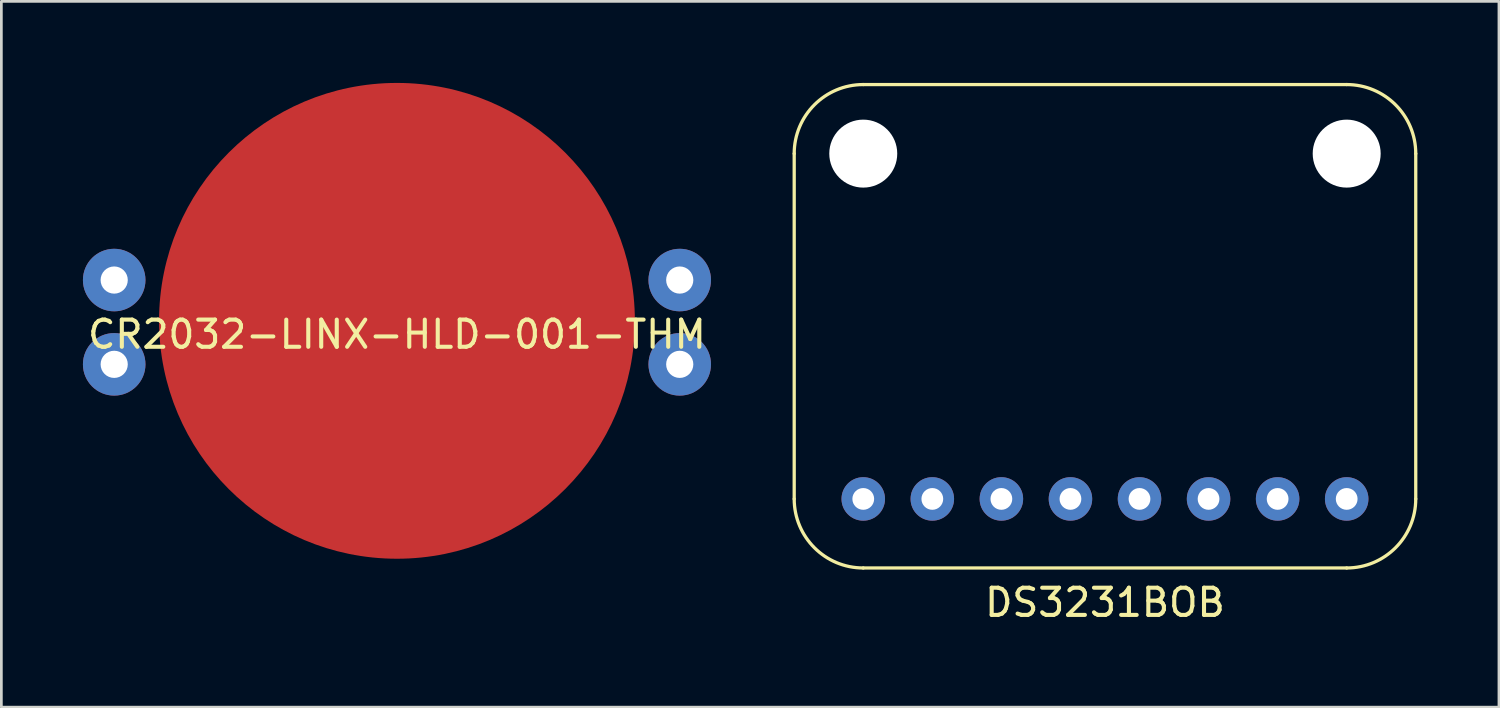
<source format=kicad_pcb>
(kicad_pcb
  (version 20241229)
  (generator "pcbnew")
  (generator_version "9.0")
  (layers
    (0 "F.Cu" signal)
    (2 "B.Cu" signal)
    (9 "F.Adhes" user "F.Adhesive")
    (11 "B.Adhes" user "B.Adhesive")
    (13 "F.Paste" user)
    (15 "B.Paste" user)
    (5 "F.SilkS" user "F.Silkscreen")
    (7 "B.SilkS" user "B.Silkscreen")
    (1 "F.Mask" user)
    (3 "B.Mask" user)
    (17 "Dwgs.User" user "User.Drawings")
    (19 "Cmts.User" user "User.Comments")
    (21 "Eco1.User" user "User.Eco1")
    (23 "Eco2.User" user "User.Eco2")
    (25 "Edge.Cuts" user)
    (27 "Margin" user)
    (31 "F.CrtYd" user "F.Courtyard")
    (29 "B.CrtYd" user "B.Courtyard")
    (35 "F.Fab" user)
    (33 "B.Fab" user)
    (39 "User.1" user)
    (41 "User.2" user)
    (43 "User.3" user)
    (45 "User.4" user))
  (footprint "DS3231BOB"
    (layer "F.Cu")
    (at 37.59 15.3)
    (property "Reference" "DS3231BOB" (at 0 3.81 0) (layer "F.SilkS") (effects (font (size 1 1) (thickness 0.15))))
    (attr through_hole)
    (fp_line (start -11.43 0) (end -11.43 -12.7) (stroke (width 0.12) (type solid)) (layer "F.SilkS"))
    (fp_line (start -8.89 2.54) (end 8.89 2.54) (stroke (width 0.12) (type solid)) (layer "F.SilkS"))
    (fp_line (start 8.89 -15.24) (end -8.89 -15.24) (stroke (width 0.12) (type solid)) (layer "F.SilkS"))
    (fp_line (start 11.43 0) (end 11.43 -12.7) (stroke (width 0.12) (type solid)) (layer "F.SilkS"))
    (fp_arc (start -11.43 -12.7) (mid -10.686051 -14.496051) (end -8.89 -15.24) (stroke (width 0.12) (type solid)) (layer "F.SilkS"))
    (fp_arc (start -8.89 2.54) (mid -10.686051 1.796051) (end -11.43 0) (stroke (width 0.12) (type solid)) (layer "F.SilkS"))
    (fp_arc (start 8.89 -15.24) (mid 10.686051 -14.496051) (end 11.43 -12.7) (stroke (width 0.12) (type solid)) (layer "F.SilkS"))
    (fp_arc (start 11.43 0) (mid 10.686051 1.796051) (end 8.89 2.54) (stroke (width 0.12) (type solid)) (layer "F.SilkS"))
    (pad "" np_thru_hole circle (at -8.89 -12.7) (size 2.5 2.5) (drill 2.5) (layers "*.Cu" "*.Mask"))
    (pad "" np_thru_hole circle (at 8.89 -12.7) (size 2.5 2.5) (drill 2.5) (layers "*.Cu" "*.Mask"))
    (pad "1" thru_hole circle (at -8.89 0) (size 1.6 1.6) (drill 0.8) (layers "*.Cu" "*.Mask"))
    (pad "2" thru_hole circle (at -6.35 0) (size 1.6 1.6) (drill 0.8) (layers "*.Cu" "*.Mask"))
    (pad "3" thru_hole circle (at -3.81 0) (size 1.6 1.6) (drill 0.8) (layers "*.Cu" "*.Mask"))
    (pad "4" thru_hole circle (at -1.27 0) (size 1.6 1.6) (drill 0.8) (layers "*.Cu" "*.Mask"))
    (pad "5" thru_hole circle (at 1.27 0) (size 1.6 1.6) (drill 0.8) (layers "*.Cu" "*.Mask"))
    (pad "6" thru_hole circle (at 3.81 0) (size 1.6 1.6) (drill 0.8) (layers "*.Cu" "*.Mask"))
    (pad "7" thru_hole circle (at 6.35 0) (size 1.6 1.6) (drill 0.8) (layers "*.Cu" "*.Mask"))
    (pad "8" thru_hole circle (at 8.89 0) (size 1.6 1.6) (drill 0.8) (layers "*.Cu" "*.Mask")))
  (footprint "CR2032-LINX-HLD-001-THM"
    (layer "F.Cu")
    (at 11.55 8.75)
    (property "Reference" "CR2032-LINX-HLD-001-THM" (at 0 0.5 0) (layer "F.SilkS") (effects (font (size 1 1) (thickness 0.15))))
    (attr through_hole)
    (pad "1" thru_hole circle (at -10.4 -1.5) (size 2.3 2.3) (drill 1) (layers "*.Cu" "*.Mask"))
    (pad "1" thru_hole circle (at -10.4 1.6) (size 2.3 2.3) (drill 1) (layers "*.Cu" "*.Mask"))
    (pad "1" thru_hole circle (at 10.4 -1.5) (size 2.3 2.3) (drill 1) (layers "*.Cu" "*.Mask"))
    (pad "1" thru_hole circle (at 10.4 1.6) (size 2.3 2.3) (drill 1) (layers "*.Cu" "*.Mask"))
    (pad "2" smd circle (at 0 0) (size 17.5 17.5) (layers "F.Cu" "F.Mask" "F.Paste")))
  (gr_rect
    (start -3 -3)
    (end 52.08 22.958)
    (stroke (width 0.1) (type default))
    (fill no)
    (layer "Edge.Cuts")))
</source>
